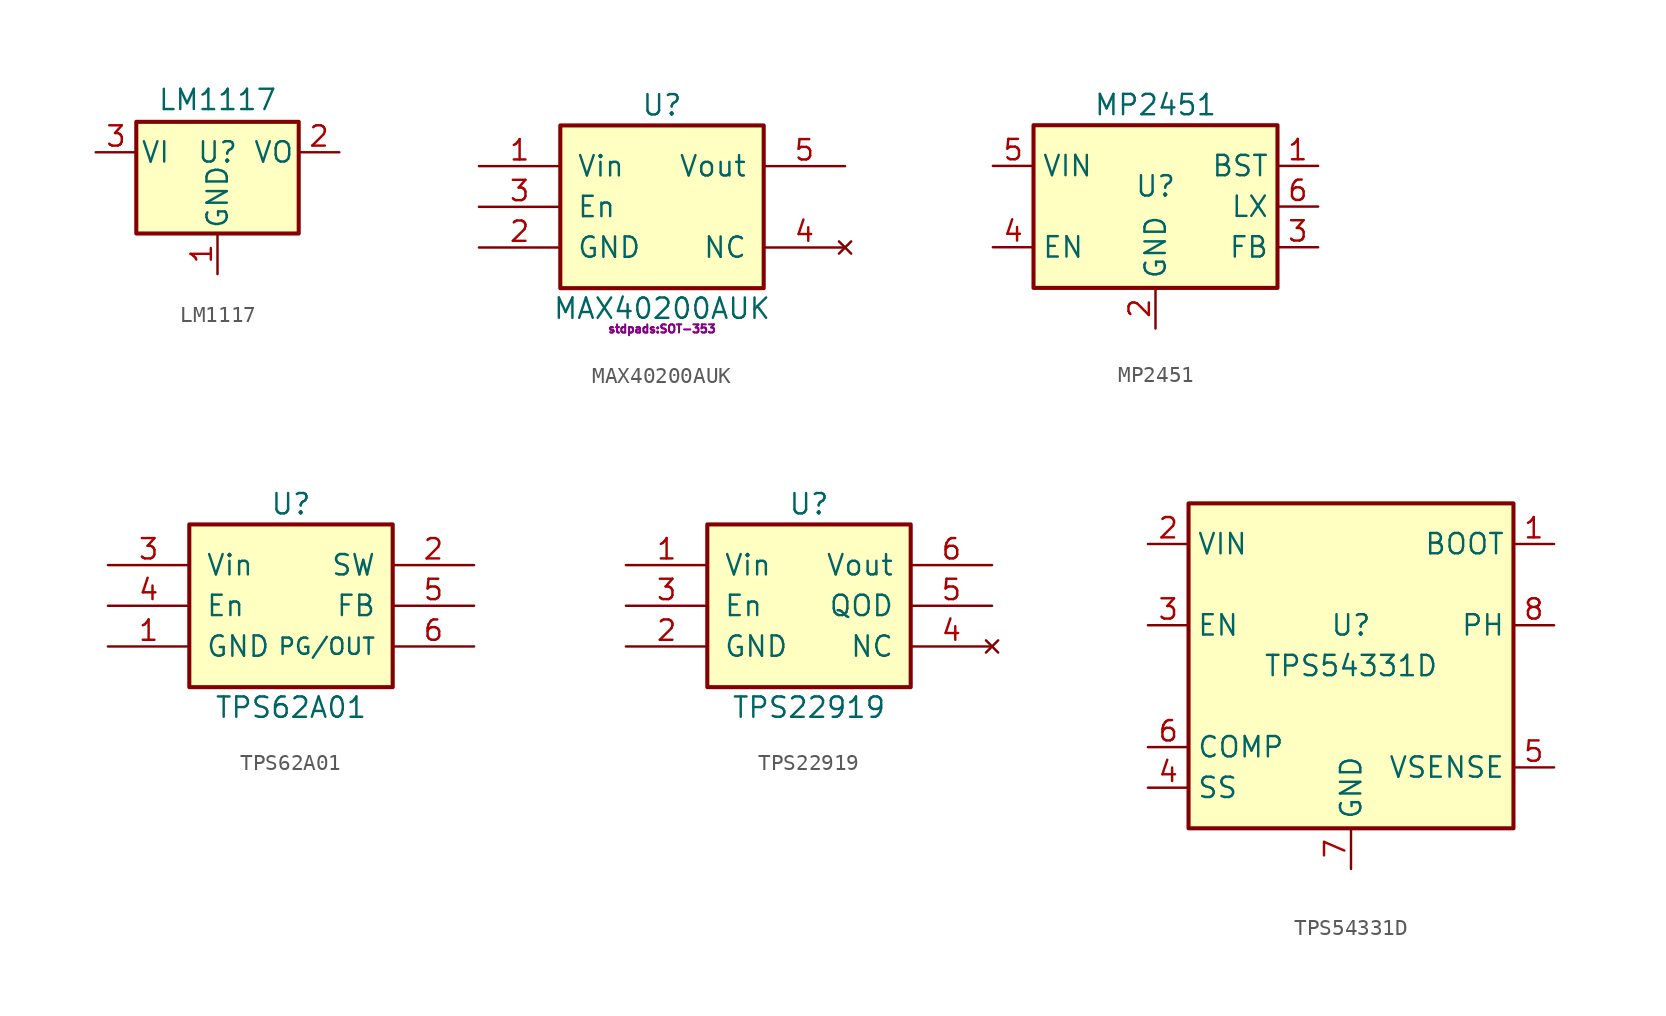
<source format=kicad_sym>
(kicad_symbol_lib
  (version 20231120)
  (generator "kicad_symbol_editor")
  (generator_version "8.0")
  (symbol "LM1117"
    (pin_names
      (offset 0.254))
    (property "Reference" "U"
      (at 0 0 0)
      (effects (font (size 1.27 1.27))))
    (property "Value" "LM1117"
      (at 0 2.54 0)
      (effects (font (size 1.27 1.27)) (justify bottom)))
    (symbol "LM1117_0_1"
      (rectangle (start -5.08 -5.08) (end 5.08 1.905) (stroke (width 0.254) (type default)) (fill (type background))))
    (symbol "LM1117_1_1"
      (pin power_in line (at 0 -7.62 90) (length 2.54) (name "GND" (effects (font (size 1.27 1.27)))) (number "1" (effects (font (size 1.27 1.27)))))
      (pin power_out line (at 7.62 0 180) (length 2.54) (name "VO" (effects (font (size 1.27 1.27)))) (number "2" (effects (font (size 1.27 1.27)))))
      (pin power_in line (at -7.62 0 0) (length 2.54) (name "VI" (effects (font (size 1.27 1.27)))) (number "3" (effects (font (size 1.27 1.27)))))))
  (symbol "MAX40200AUK"
    (pin_names
      (offset 1.016))
    (property "Reference" "U"
      (at 0 6.35 0)
      (effects (font (size 1.27 1.27))))
    (property "Value" "MAX40200AUK"
      (at 0 -6.35 0)
      (effects (font (size 1.27 1.27))))
    (property "Footprint" "stdpads:SOT-353"
      (at 0 -7.62 0)
      (effects (font (size 0.508 0.508))))
    (symbol "MAX40200AUK_0_1"
      (rectangle (start -6.35 5.08) (end 6.35 -5.08) (stroke (width 0.254) (type default)) (fill (type background))))
    (symbol "MAX40200AUK_1_1"
      (pin power_in line (at -11.43 2.54 0) (length 5.08) (name "Vin" (effects (font (size 1.27 1.27)))) (number "1" (effects (font (size 1.27 1.27)))))
      (pin power_in line (at -11.43 -2.54 0) (length 5.08) (name "GND" (effects (font (size 1.27 1.27)))) (number "2" (effects (font (size 1.27 1.27)))))
      (pin input line (at -11.43 0 0) (length 5.08) (name "En" (effects (font (size 1.27 1.27)))) (number "3" (effects (font (size 1.27 1.27)))))
      (pin no_connect line (at 11.43 -2.54 180) (length 5.08) (name "NC" (effects (font (size 1.27 1.27)))) (number "4" (effects (font (size 1.27 1.27)))))
      (pin power_out line (at 11.43 2.54 180) (length 5.08) (name "Vout" (effects (font (size 1.27 1.27)))) (number "5" (effects (font (size 1.27 1.27)))))))
  (symbol "MP2451"
    (property "Reference" "U"
      (at 0 1.27 0)
      (effects (font (size 1.27 1.27))))
    (property "Value" "MP2451"
      (at 0 6.35 0)
      (effects (font (size 1.27 1.27))))
    (symbol "MP2451_0_1"
      (rectangle (start -7.62 5.08) (end 7.62 -5.08) (stroke (width 0.254) (type default)) (fill (type background))))
    (symbol "MP2451_1_1"
      (pin input line (at 10.16 2.54 180) (length 2.54) (name "BST" (effects (font (size 1.27 1.27)))) (number "1" (effects (font (size 1.27 1.27)))))
      (pin power_in line (at 0 -7.62 90) (length 2.54) (name "GND" (effects (font (size 1.27 1.27)))) (number "2" (effects (font (size 1.27 1.27)))))
      (pin input line (at 10.16 -2.54 180) (length 2.54) (name "FB" (effects (font (size 1.27 1.27)))) (number "3" (effects (font (size 1.27 1.27)))))
      (pin input line (at -10.16 -2.54 0) (length 2.54) (name "EN" (effects (font (size 1.27 1.27)))) (number "4" (effects (font (size 1.27 1.27)))))
      (pin power_in line (at -10.16 2.54 0) (length 2.54) (name "VIN" (effects (font (size 1.27 1.27)))) (number "5" (effects (font (size 1.27 1.27)))))
      (pin power_out line (at 10.16 0 180) (length 2.54) (name "LX" (effects (font (size 1.27 1.27)))) (number "6" (effects (font (size 1.27 1.27)))))))
  (symbol "TPS62A01"
    (pin_names
      (offset 1.016))
    (property "Reference" "U"
      (at 0 5.08 0)
      (effects (font (size 1.27 1.27))))
    (property "Value" "TPS62A01"
      (at 0 -7.62 0)
      (effects (font (size 1.27 1.27))))
    (symbol "TPS62A01_0_1"
      (rectangle (start -6.35 3.81) (end 6.35 -6.35) (stroke (width 0.254) (type default)) (fill (type background))))
    (symbol "TPS62A01_1_1"
      (pin power_in line (at -11.43 -3.81 0) (length 5.08) (name "GND" (effects (font (size 1.27 1.27)))) (number "1" (effects (font (size 1.27 1.27)))))
      (pin power_out line (at 11.43 1.27 180) (length 5.08) (name "SW" (effects (font (size 1.27 1.27)))) (number "2" (effects (font (size 1.27 1.27)))))
      (pin power_in line (at -11.43 1.27 0) (length 5.08) (name "Vin" (effects (font (size 1.27 1.27)))) (number "3" (effects (font (size 1.27 1.27)))))
      (pin input line (at -11.43 -1.27 0) (length 5.08) (name "En" (effects (font (size 1.27 1.27)))) (number "4" (effects (font (size 1.27 1.27)))))
      (pin input line (at 11.43 -1.27 180) (length 5.08) (name "FB" (effects (font (size 1.27 1.27)))) (number "5" (effects (font (size 1.27 1.27)))))
      (pin unspecified line (at 11.43 -3.81 180) (length 5.08) (name "PG/OUT" (effects (font (size 1.016 1.016)))) (number "6" (effects (font (size 1.27 1.27)))))))
  (symbol "TPS22919"
    (pin_names
      (offset 1.016))
    (property "Reference" "U"
      (at 0 6.35 0)
      (effects (font (size 1.27 1.27))))
    (property "Value" "TPS22919"
      (at 0 -6.35 0)
      (effects (font (size 1.27 1.27))))
    (symbol "TPS22919_0_1"
      (rectangle (start -6.35 5.08) (end 6.35 -5.08) (stroke (width 0.254) (type default)) (fill (type background))))
    (symbol "TPS22919_1_1"
      (pin power_in line (at -11.43 2.54 0) (length 5.08) (name "Vin" (effects (font (size 1.27 1.27)))) (number "1" (effects (font (size 1.27 1.27)))))
      (pin power_in line (at -11.43 -2.54 0) (length 5.08) (name "GND" (effects (font (size 1.27 1.27)))) (number "2" (effects (font (size 1.27 1.27)))))
      (pin input line (at -11.43 0 0) (length 5.08) (name "En" (effects (font (size 1.27 1.27)))) (number "3" (effects (font (size 1.27 1.27)))))
      (pin no_connect line (at 11.43 -2.54 180) (length 5.08) (name "NC" (effects (font (size 1.27 1.27)))) (number "4" (effects (font (size 1.27 1.27)))))
      (pin power_in line (at 11.43 0 180) (length 5.08) (name "QOD" (effects (font (size 1.27 1.27)))) (number "5" (effects (font (size 1.27 1.27)))))
      (pin power_out line (at 11.43 2.54 180) (length 5.08) (name "Vout" (effects (font (size 1.27 1.27)))) (number "6" (effects (font (size 1.27 1.27)))))))
  (symbol "TPS54331D"
    (property "Reference" "U"
      (at 0 2.54 0)
      (effects (font (size 1.27 1.27))))
    (property "Value" "TPS54331D"
      (at 0 0 0)
      (effects (font (size 1.27 1.27))))
    (symbol "TPS54331D_1_1"
      (rectangle (start -10.16 10.16) (end 10.16 -10.16) (stroke (width 0.254) (type default)) (fill (type background)))
      (pin output line (at 12.7 7.62 180) (length 2.54) (name "BOOT" (effects (font (size 1.27 1.27)))) (number "1" (effects (font (size 1.27 1.27)))))
      (pin power_in line (at -12.7 7.62 0) (length 2.54) (name "VIN" (effects (font (size 1.27 1.27)))) (number "2" (effects (font (size 1.27 1.27)))))
      (pin input line (at -12.7 2.54 0) (length 2.54) (name "EN" (effects (font (size 1.27 1.27)))) (number "3" (effects (font (size 1.27 1.27)))))
      (pin output line (at -12.7 -7.62 0) (length 2.54) (name "SS" (effects (font (size 1.27 1.27)))) (number "4" (effects (font (size 1.27 1.27)))))
      (pin input line (at 12.7 -6.35 180) (length 2.54) (name "VSENSE" (effects (font (size 1.27 1.27)))) (number "5" (effects (font (size 1.27 1.27)))))
      (pin output line (at -12.7 -5.08 0) (length 2.54) (name "COMP" (effects (font (size 1.27 1.27)))) (number "6" (effects (font (size 1.27 1.27)))))
      (pin power_in line (at 0 -12.7 90) (length 2.54) (name "GND" (effects (font (size 1.27 1.27)))) (number "7" (effects (font (size 1.27 1.27)))))
      (pin output line (at 12.7 2.54 180) (length 2.54) (name "PH" (effects (font (size 1.27 1.27)))) (number "8" (effects (font (size 1.27 1.27))))))))
</source>
